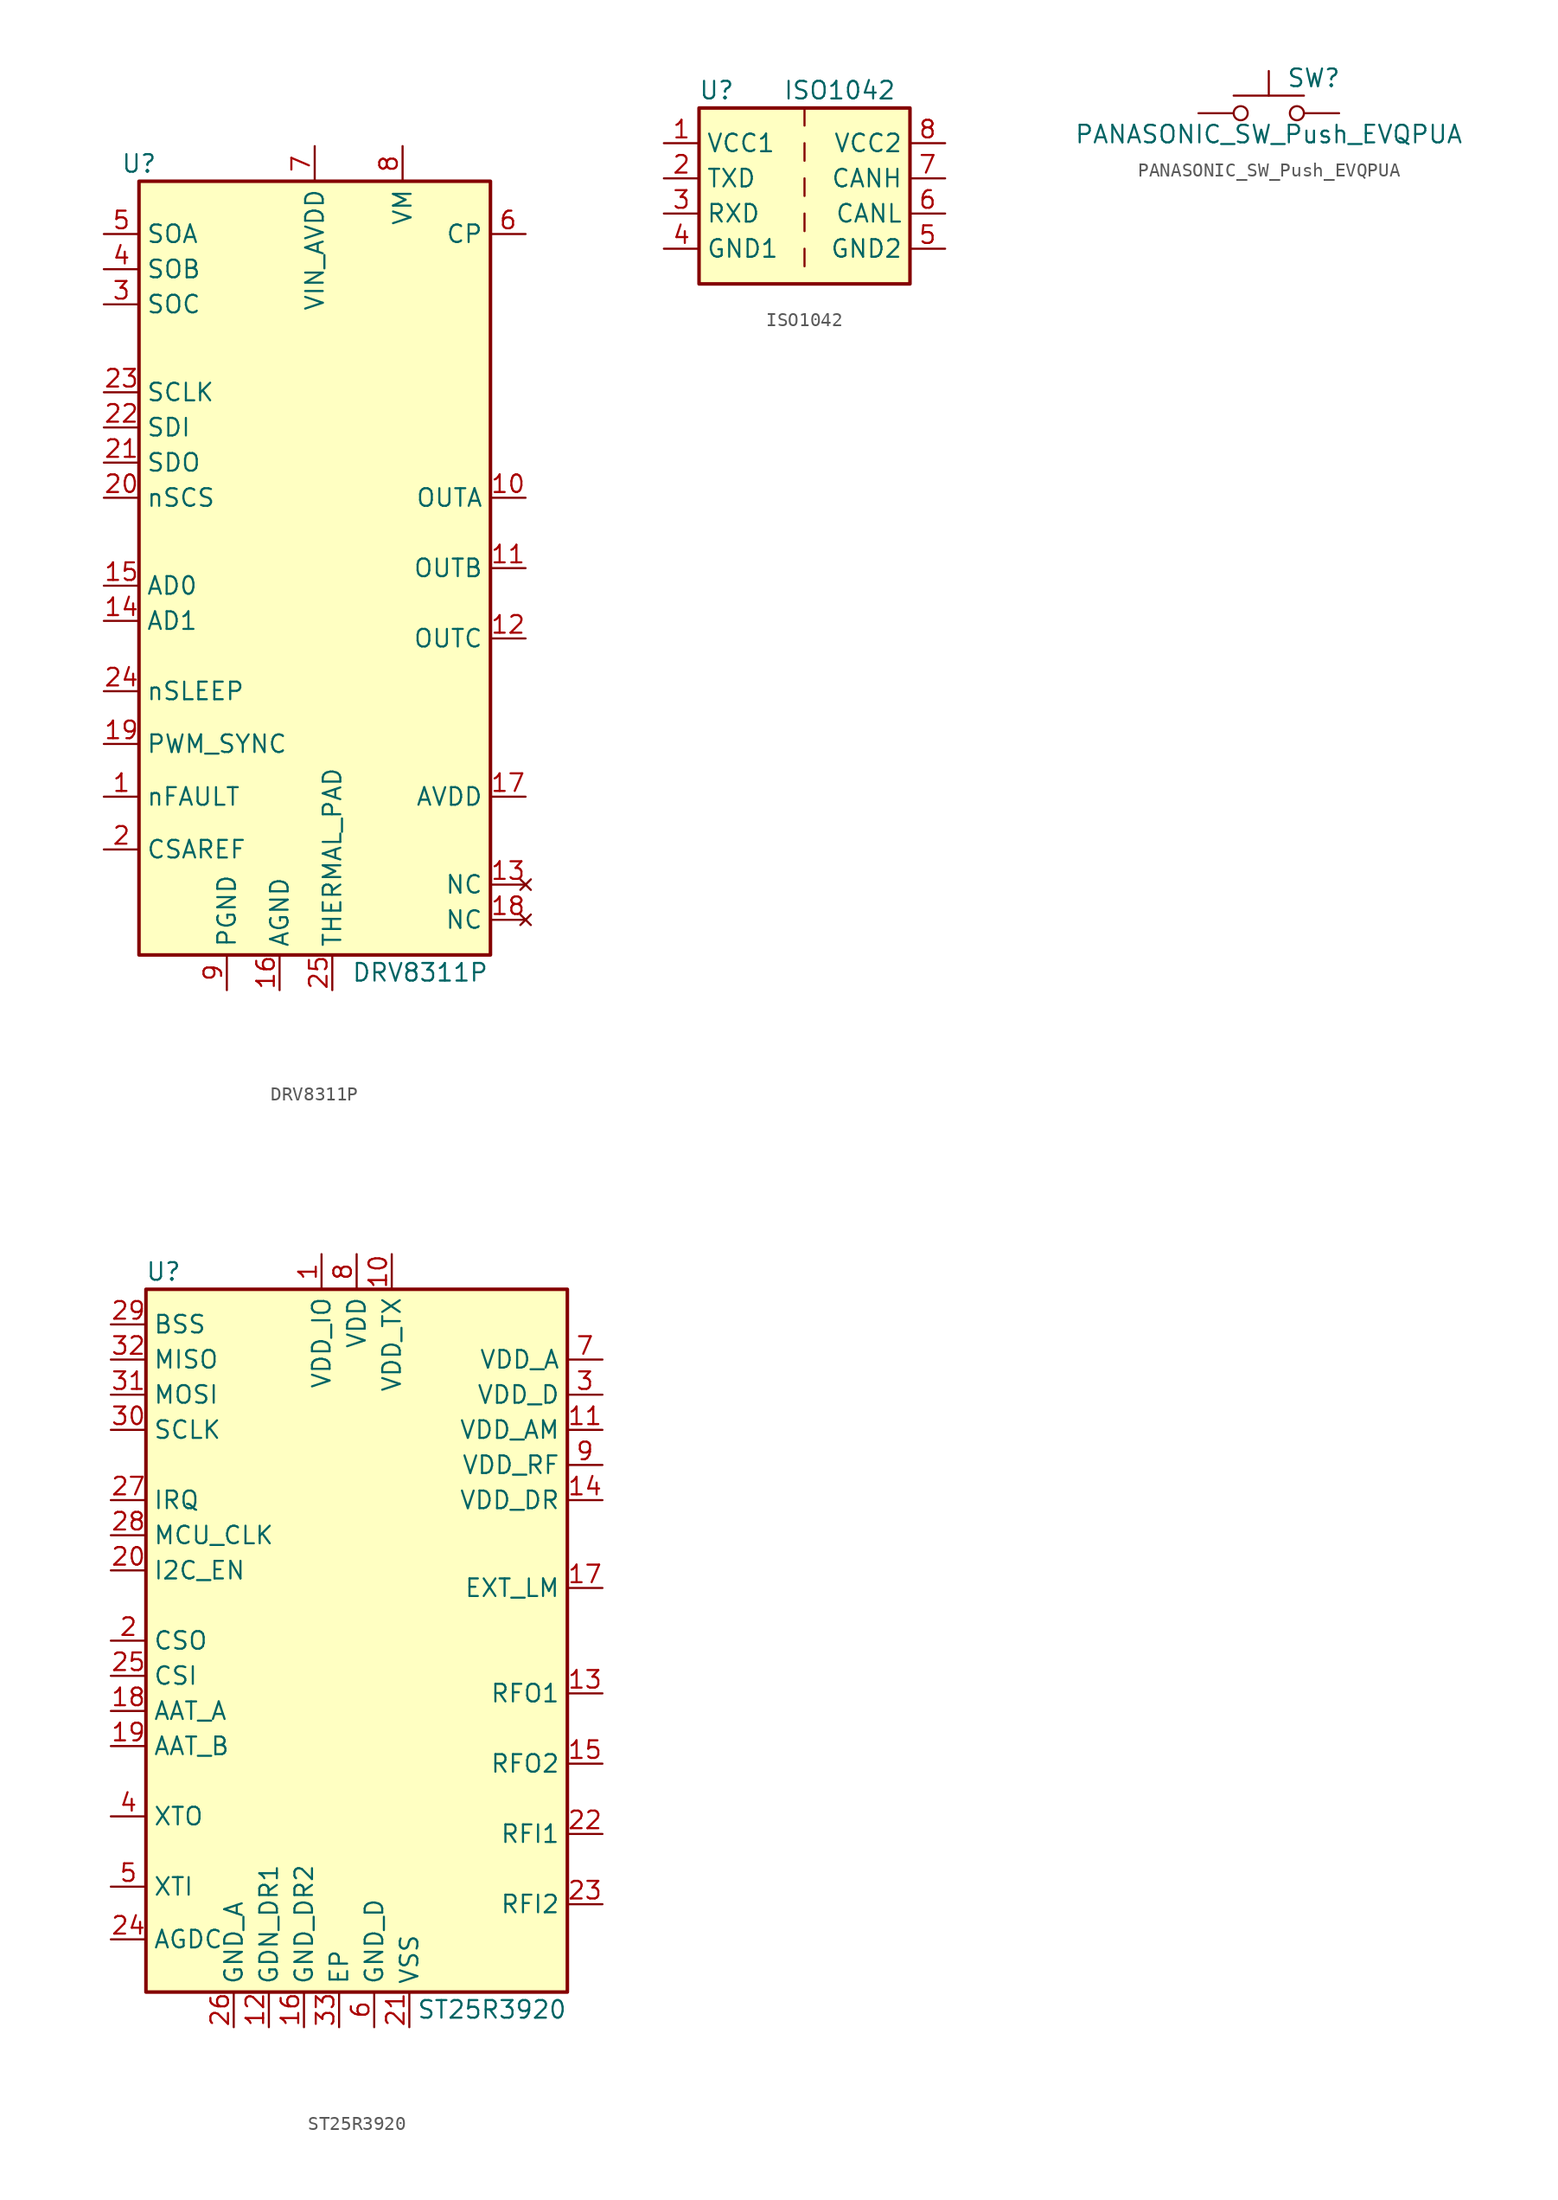
<source format=kicad_sym>
(kicad_symbol_lib
  (version 20220914)
  (generator kicad_symbol_editor)
  (symbol "DRV8311P"
    (property "Reference" "U"
      (at -12.7 29.21 0)
      (effects (font (size 1.27 1.27))))
    (property "Value" "DRV8311P"
      (at 7.62 -29.21 0)
      (effects (font (size 1.27 1.27))))
    (symbol "DRV8311P_0_1"
      (rectangle (start -12.7 27.94) (end 12.7 -27.94) (stroke (width 0.254) (type default)) (fill (type background))))
    (symbol "DRV8311P_1_1"
      (pin output line (at -15.24 -16.51 0) (length 2.54) (name "nFAULT" (effects (font (size 1.27 1.27)))) (number "1" (effects (font (size 1.27 1.27)))))
      (pin output line (at 15.24 5.08 180) (length 2.54) (name "OUTA" (effects (font (size 1.27 1.27)))) (number "10" (effects (font (size 1.27 1.27)))))
      (pin output line (at 15.24 0 180) (length 2.54) (name "OUTB" (effects (font (size 1.27 1.27)))) (number "11" (effects (font (size 1.27 1.27)))))
      (pin output line (at 15.24 -5.08 180) (length 2.54) (name "OUTC" (effects (font (size 1.27 1.27)))) (number "12" (effects (font (size 1.27 1.27)))))
      (pin no_connect line (at 15.24 -22.86 180) (length 2.54) (name "NC" (effects (font (size 1.27 1.27)))) (number "13" (effects (font (size 1.27 1.27)))))
      (pin input line (at -15.24 -3.81 0) (length 2.54) (name "AD1" (effects (font (size 1.27 1.27)))) (number "14" (effects (font (size 1.27 1.27)))))
      (pin input line (at -15.24 -1.27 0) (length 2.54) (name "AD0" (effects (font (size 1.27 1.27)))) (number "15" (effects (font (size 1.27 1.27)))))
      (pin power_in line (at -2.54 -30.48 90) (length 2.54) (name "AGND" (effects (font (size 1.27 1.27)))) (number "16" (effects (font (size 1.27 1.27)))))
      (pin power_out line (at 15.24 -16.51 180) (length 2.54) (name "AVDD" (effects (font (size 1.27 1.27)))) (number "17" (effects (font (size 1.27 1.27)))))
      (pin no_connect line (at 15.24 -25.4 180) (length 2.54) (name "NC" (effects (font (size 1.27 1.27)))) (number "18" (effects (font (size 1.27 1.27)))))
      (pin input line (at -15.24 -12.7 0) (length 2.54) (name "PWM_SYNC" (effects (font (size 1.27 1.27)))) (number "19" (effects (font (size 1.27 1.27)))))
      (pin power_in line (at -15.24 -20.32 0) (length 2.54) (name "CSAREF" (effects (font (size 1.27 1.27)))) (number "2" (effects (font (size 1.27 1.27)))))
      (pin input line (at -15.24 5.08 0) (length 2.54) (name "nSCS" (effects (font (size 1.27 1.27)))) (number "20" (effects (font (size 1.27 1.27)))))
      (pin output line (at -15.24 7.62 0) (length 2.54) (name "SDO" (effects (font (size 1.27 1.27)))) (number "21" (effects (font (size 1.27 1.27)))))
      (pin input line (at -15.24 10.16 0) (length 2.54) (name "SDI" (effects (font (size 1.27 1.27)))) (number "22" (effects (font (size 1.27 1.27)))))
      (pin input line (at -15.24 12.7 0) (length 2.54) (name "SCLK" (effects (font (size 1.27 1.27)))) (number "23" (effects (font (size 1.27 1.27)))))
      (pin input line (at -15.24 -8.89 0) (length 2.54) (name "nSLEEP" (effects (font (size 1.27 1.27)))) (number "24" (effects (font (size 1.27 1.27)))))
      (pin power_in line (at 1.27 -30.48 90) (length 2.54) (name "THERMAL_PAD" (effects (font (size 1.27 1.27)))) (number "25" (effects (font (size 1.27 1.27)))))
      (pin output line (at -15.24 19.05 0) (length 2.54) (name "SOC" (effects (font (size 1.27 1.27)))) (number "3" (effects (font (size 1.27 1.27)))))
      (pin output line (at -15.24 21.59 0) (length 2.54) (name "SOB" (effects (font (size 1.27 1.27)))) (number "4" (effects (font (size 1.27 1.27)))))
      (pin output line (at -15.24 24.13 0) (length 2.54) (name "SOA" (effects (font (size 1.27 1.27)))) (number "5" (effects (font (size 1.27 1.27)))))
      (pin power_out line (at 15.24 24.13 180) (length 2.54) (name "CP" (effects (font (size 1.27 1.27)))) (number "6" (effects (font (size 1.27 1.27)))))
      (pin power_in line (at 0 30.48 270) (length 2.54) (name "VIN_AVDD" (effects (font (size 1.27 1.27)))) (number "7" (effects (font (size 1.27 1.27)))))
      (pin power_in line (at 6.35 30.48 270) (length 2.54) (name "VM" (effects (font (size 1.27 1.27)))) (number "8" (effects (font (size 1.27 1.27)))))
      (pin power_in line (at -6.35 -30.48 90) (length 2.54) (name "PGND" (effects (font (size 1.27 1.27)))) (number "9" (effects (font (size 1.27 1.27)))))))
  (symbol "ISO1042"
    (property "Reference" "U"
      (at -6.35 6.35 0)
      (effects (font (size 1.27 1.27))))
    (property "Value" "ISO1042"
      (at 2.54 6.35 0)
      (effects (font (size 1.27 1.27))))
    (symbol "ISO1042_0_1"
      (rectangle (start -7.62 5.08) (end 7.62 -7.62) (stroke (width 0.254) (type default)) (fill (type background)))
      (polyline (pts (xy 0 -5.08) (xy 0 -6.35)) (stroke (width 0) (type default)) (fill (type none)))
      (polyline (pts (xy 0 -2.54) (xy 0 -3.81)) (stroke (width 0) (type default)) (fill (type none)))
      (polyline (pts (xy 0 0) (xy 0 -1.27)) (stroke (width 0) (type default)) (fill (type none)))
      (polyline (pts (xy 0 2.54) (xy 0 1.27)) (stroke (width 0) (type default)) (fill (type none)))
      (polyline (pts (xy 0 5.08) (xy 0 3.81)) (stroke (width 0) (type default)) (fill (type none))))
    (symbol "ISO1042_1_1"
      (pin power_in line (at -10.16 2.54 0) (length 2.54) (name "VCC1" (effects (font (size 1.27 1.27)))) (number "1" (effects (font (size 1.27 1.27)))))
      (pin input line (at -10.16 0 0) (length 2.54) (name "TXD" (effects (font (size 1.27 1.27)))) (number "2" (effects (font (size 1.27 1.27)))))
      (pin output line (at -10.16 -2.54 0) (length 2.54) (name "RXD" (effects (font (size 1.27 1.27)))) (number "3" (effects (font (size 1.27 1.27)))))
      (pin power_in line (at -10.16 -5.08 0) (length 2.54) (name "GND1" (effects (font (size 1.27 1.27)))) (number "4" (effects (font (size 1.27 1.27)))))
      (pin power_in line (at 10.16 -5.08 180) (length 2.54) (name "GND2" (effects (font (size 1.27 1.27)))) (number "5" (effects (font (size 1.27 1.27)))))
      (pin bidirectional line (at 10.16 -2.54 180) (length 2.54) (name "CANL" (effects (font (size 1.27 1.27)))) (number "6" (effects (font (size 1.27 1.27)))))
      (pin bidirectional line (at 10.16 0 180) (length 2.54) (name "CANH" (effects (font (size 1.27 1.27)))) (number "7" (effects (font (size 1.27 1.27)))))
      (pin power_in line (at 10.16 2.54 180) (length 2.54) (name "VCC2" (effects (font (size 1.27 1.27)))) (number "8" (effects (font (size 1.27 1.27)))))))
  (symbol "PANASONIC_SW_Push_EVQPUA"
    (pin_numbers hide)
    (pin_names
      (offset 1.016) hide)
    (property "Reference" "SW"
      (at 1.27 2.54 0)
      (effects (font (size 1.27 1.27)) (justify left)))
    (property "Value" "PANASONIC_SW_Push_EVQPUA"
      (at 0 -1.524 0)
      (effects (font (size 1.27 1.27))))
    (symbol "PANASONIC_SW_Push_EVQPUA_0_1"
      (circle (center -2.032 0) (radius 0.508) (stroke (width 0) (type default)) (fill (type none)))
      (polyline (pts (xy 0 1.27) (xy 0 3.048)) (stroke (width 0) (type default)) (fill (type none)))
      (polyline (pts (xy 2.54 1.27) (xy -2.54 1.27)) (stroke (width 0) (type default)) (fill (type none)))
      (circle (center 2.032 0) (radius 0.508) (stroke (width 0) (type default)) (fill (type none)))
      (pin passive line (at -5.08 0 0) (length 2.54) (name "1" (effects (font (size 1.27 1.27)))) (number "1" (effects (font (size 1.27 1.27)))))
      (pin passive line (at 5.08 0 180) (length 2.54) (name "2" (effects (font (size 1.27 1.27)))) (number "2" (effects (font (size 1.27 1.27)))))))
  (symbol "ST25R3920"
    (property "Reference" "U"
      (at -13.97 26.67 0)
      (effects (font (size 1.27 1.27))))
    (property "Value" "ST25R3920"
      (at 15.24 -26.67 0)
      (effects (font (size 1.27 1.27)) (justify right)))
    (symbol "ST25R3920_0_1"
      (rectangle (start -15.24 25.4) (end 15.24 -25.4) (stroke (width 0.254) (type default)) (fill (type background))))
    (symbol "ST25R3920_1_1"
      (pin power_in line (at -2.54 27.94 270) (length 2.54) (name "VDD_IO" (effects (font (size 1.27 1.27)))) (number "1" (effects (font (size 1.27 1.27)))))
      (pin power_in line (at 2.54 27.94 270) (length 2.54) (name "VDD_TX" (effects (font (size 1.27 1.27)))) (number "10" (effects (font (size 1.27 1.27)))))
      (pin output line (at 17.78 15.24 180) (length 2.54) (name "VDD_AM" (effects (font (size 1.27 1.27)))) (number "11" (effects (font (size 1.27 1.27)))))
      (pin power_in line (at -6.35 -27.94 90) (length 2.54) (name "GDN_DR1" (effects (font (size 1.27 1.27)))) (number "12" (effects (font (size 1.27 1.27)))))
      (pin output line (at 17.78 -3.81 180) (length 2.54) (name "RFO1" (effects (font (size 1.27 1.27)))) (number "13" (effects (font (size 1.27 1.27)))))
      (pin input line (at 17.78 10.16 180) (length 2.54) (name "VDD_DR" (effects (font (size 1.27 1.27)))) (number "14" (effects (font (size 1.27 1.27)))))
      (pin output line (at 17.78 -8.89 180) (length 2.54) (name "RFO2" (effects (font (size 1.27 1.27)))) (number "15" (effects (font (size 1.27 1.27)))))
      (pin power_in line (at -3.81 -27.94 90) (length 2.54) (name "GND_DR2" (effects (font (size 1.27 1.27)))) (number "16" (effects (font (size 1.27 1.27)))))
      (pin output line (at 17.78 3.81 180) (length 2.54) (name "EXT_LM" (effects (font (size 1.27 1.27)))) (number "17" (effects (font (size 1.27 1.27)))))
      (pin output line (at -17.78 -5.08 0) (length 2.54) (name "AAT_A" (effects (font (size 1.27 1.27)))) (number "18" (effects (font (size 1.27 1.27)))))
      (pin output line (at -17.78 -7.62 0) (length 2.54) (name "AAT_B" (effects (font (size 1.27 1.27)))) (number "19" (effects (font (size 1.27 1.27)))))
      (pin output line (at -17.78 0 0) (length 2.54) (name "CSO" (effects (font (size 1.27 1.27)))) (number "2" (effects (font (size 1.27 1.27)))))
      (pin input line (at -17.78 5.08 0) (length 2.54) (name "I2C_EN" (effects (font (size 1.27 1.27)))) (number "20" (effects (font (size 1.27 1.27)))))
      (pin power_in line (at 3.81 -27.94 90) (length 2.54) (name "VSS" (effects (font (size 1.27 1.27)))) (number "21" (effects (font (size 1.27 1.27)))))
      (pin passive line (at 17.78 -13.97 180) (length 2.54) (name "RFI1" (effects (font (size 1.27 1.27)))) (number "22" (effects (font (size 1.27 1.27)))))
      (pin passive line (at 17.78 -19.05 180) (length 2.54) (name "RFI2" (effects (font (size 1.27 1.27)))) (number "23" (effects (font (size 1.27 1.27)))))
      (pin bidirectional line (at -17.78 -21.59 0) (length 2.54) (name "AGDC" (effects (font (size 1.27 1.27)))) (number "24" (effects (font (size 1.27 1.27)))))
      (pin bidirectional line (at -17.78 -2.54 0) (length 2.54) (name "CSI" (effects (font (size 1.27 1.27)))) (number "25" (effects (font (size 1.27 1.27)))))
      (pin power_in line (at -8.89 -27.94 90) (length 2.54) (name "GND_A" (effects (font (size 1.27 1.27)))) (number "26" (effects (font (size 1.27 1.27)))))
      (pin output line (at -17.78 10.16 0) (length 2.54) (name "IRQ" (effects (font (size 1.27 1.27)))) (number "27" (effects (font (size 1.27 1.27)))))
      (pin output line (at -17.78 7.62 0) (length 2.54) (name "MCU_CLK" (effects (font (size 1.27 1.27)))) (number "28" (effects (font (size 1.27 1.27)))))
      (pin input line (at -17.78 22.86 0) (length 2.54) (name "BSS" (effects (font (size 1.27 1.27)))) (number "29" (effects (font (size 1.27 1.27)))))
      (pin output line (at 17.78 17.78 180) (length 2.54) (name "VDD_D" (effects (font (size 1.27 1.27)))) (number "3" (effects (font (size 1.27 1.27)))))
      (pin input line (at -17.78 15.24 0) (length 2.54) (name "SCLK" (effects (font (size 1.27 1.27)))) (number "30" (effects (font (size 1.27 1.27)))))
      (pin input line (at -17.78 17.78 0) (length 2.54) (name "MOSI" (effects (font (size 1.27 1.27)))) (number "31" (effects (font (size 1.27 1.27)))))
      (pin output line (at -17.78 20.32 0) (length 2.54) (name "MISO" (effects (font (size 1.27 1.27)))) (number "32" (effects (font (size 1.27 1.27)))))
      (pin power_in line (at -1.27 -27.94 90) (length 2.54) (name "EP" (effects (font (size 1.27 1.27)))) (number "33" (effects (font (size 1.27 1.27)))))
      (pin output line (at -17.78 -12.7 0) (length 2.54) (name "XTO" (effects (font (size 1.27 1.27)))) (number "4" (effects (font (size 1.27 1.27)))))
      (pin input line (at -17.78 -17.78 0) (length 2.54) (name "XTI" (effects (font (size 1.27 1.27)))) (number "5" (effects (font (size 1.27 1.27)))))
      (pin power_in line (at 1.27 -27.94 90) (length 2.54) (name "GND_D" (effects (font (size 1.27 1.27)))) (number "6" (effects (font (size 1.27 1.27)))))
      (pin output line (at 17.78 20.32 180) (length 2.54) (name "VDD_A" (effects (font (size 1.27 1.27)))) (number "7" (effects (font (size 1.27 1.27)))))
      (pin power_in line (at 0 27.94 270) (length 2.54) (name "VDD" (effects (font (size 1.27 1.27)))) (number "8" (effects (font (size 1.27 1.27)))))
      (pin power_out line (at 17.78 12.7 180) (length 2.54) (name "VDD_RF" (effects (font (size 1.27 1.27)))) (number "9" (effects (font (size 1.27 1.27))))))))
</source>
